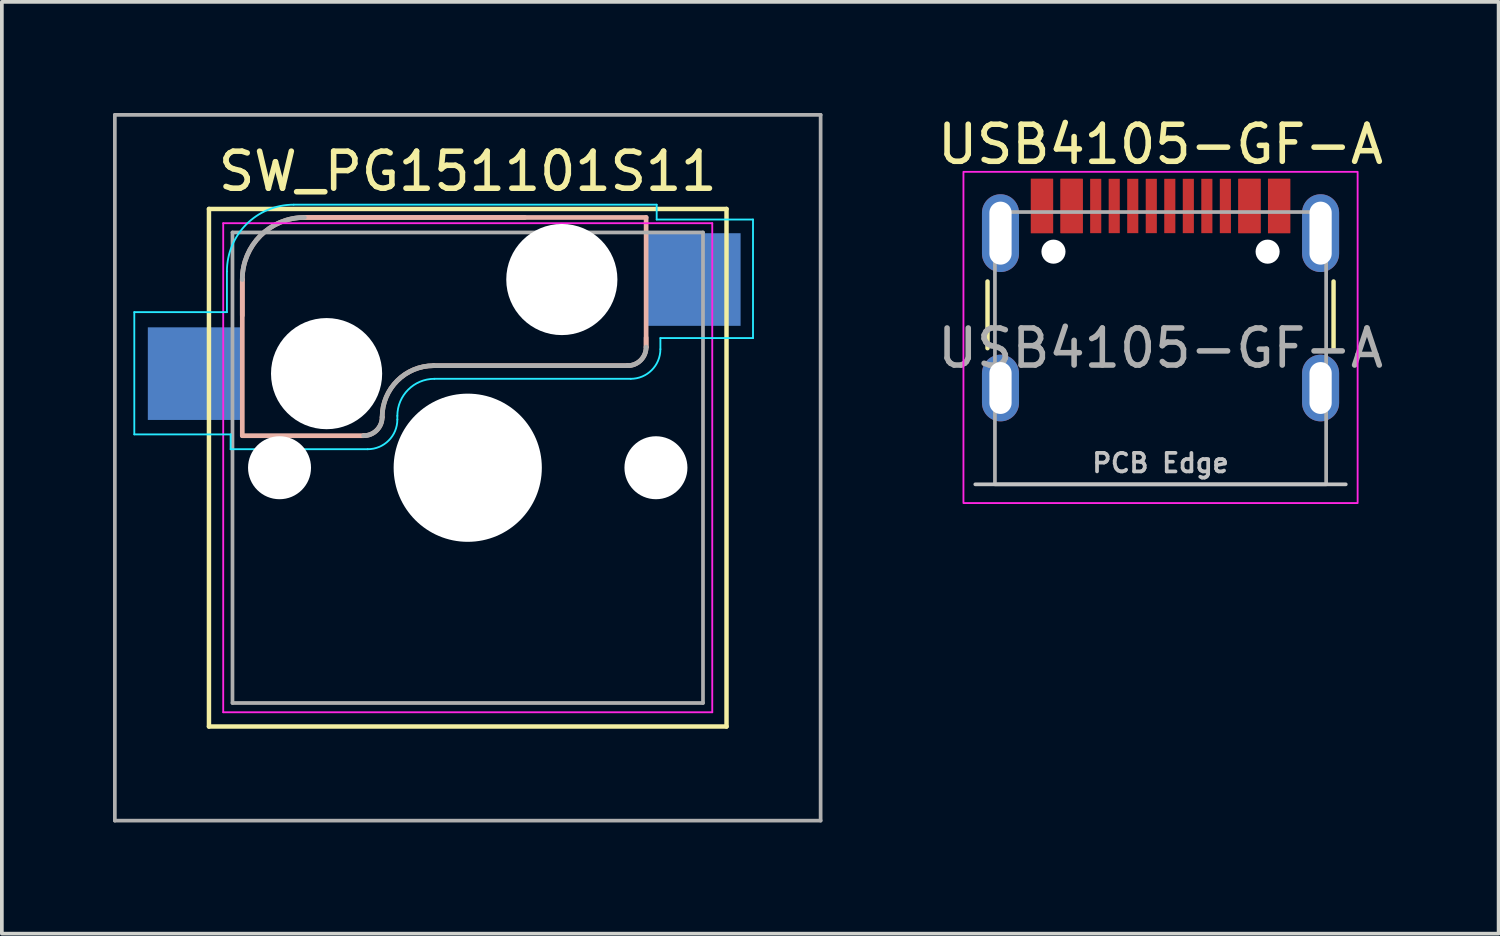
<source format=kicad_pcb>
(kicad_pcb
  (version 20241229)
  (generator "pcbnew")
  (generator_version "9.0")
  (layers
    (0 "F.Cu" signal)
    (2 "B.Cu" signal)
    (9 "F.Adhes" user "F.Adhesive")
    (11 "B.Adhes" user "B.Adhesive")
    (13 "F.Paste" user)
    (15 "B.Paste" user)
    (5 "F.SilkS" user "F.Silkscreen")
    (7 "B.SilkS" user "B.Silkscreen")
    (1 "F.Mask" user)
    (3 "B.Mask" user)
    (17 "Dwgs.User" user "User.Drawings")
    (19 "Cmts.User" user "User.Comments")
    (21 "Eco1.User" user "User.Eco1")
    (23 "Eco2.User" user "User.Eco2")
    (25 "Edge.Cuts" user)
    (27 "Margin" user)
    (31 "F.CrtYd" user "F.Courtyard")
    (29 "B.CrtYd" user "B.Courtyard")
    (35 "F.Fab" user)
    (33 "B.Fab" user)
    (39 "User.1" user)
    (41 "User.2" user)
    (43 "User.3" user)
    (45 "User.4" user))
  (footprint "SW_PG151101S11"
    (layer "F.Cu")
    (at 9.575 9.575)
    (property "Reference" "SW_PG151101S11" (at 0 -8 180) (layer "F.SilkS") (effects (font (size 1 1) (thickness 0.15))))
    (attr smd)
    (fp_line (start -6.985 -6.985) (end 6.985 -6.985) (stroke (width 0.12) (type solid)) (layer "F.SilkS"))
    (fp_line (start -6.985 6.985) (end -6.985 -6.985) (stroke (width 0.12) (type solid)) (layer "F.SilkS"))
    (fp_line (start 6.985 -6.985) (end 6.985 6.985) (stroke (width 0.12) (type solid)) (layer "F.SilkS"))
    (fp_line (start 6.985 6.985) (end -6.985 6.985) (stroke (width 0.12) (type solid)) (layer "F.SilkS"))
    (fp_line (start -6.085 -5.08) (end -6.085 -4.11) (stroke (width 0.127) (type solid)) (layer "B.SilkS"))
    (fp_line (start -6.085 -5.08) (end -6.085 -0.865) (stroke (width 0.127) (type solid)) (layer "B.SilkS"))
    (fp_line (start -6.085 -0.865) (end -2.81 -0.865) (stroke (width 0.127) (type solid)) (layer "B.SilkS"))
    (fp_line (start -0.92 -2.755) (end 4.315 -2.755) (stroke (width 0.127) (type solid)) (layer "B.SilkS"))
    (fp_line (start 1.54 -6.755) (end -4.41 -6.755) (stroke (width 0.127) (type solid)) (layer "B.SilkS"))
    (fp_line (start 4.815 -6.755) (end -4.41 -6.755) (stroke (width 0.127) (type solid)) (layer "B.SilkS"))
    (fp_line (start 4.815 -3.255) (end 4.815 -6.755) (stroke (width 0.127) (type solid)) (layer "B.SilkS"))
    (fp_line (start 4.815 -3.255) (end 4.815 -3.51) (stroke (width 0.127) (type solid)) (layer "B.SilkS"))
    (fp_arc (start -6.085 -5.08) (mid -5.594404 -6.264404) (end -4.41 -6.755) (stroke (width 0.127) (type solid)) (layer "B.SilkS"))
    (fp_arc (start -2.31 -1.365) (mid -2.456447 -1.011447) (end -2.81 -0.865) (stroke (width 0.127) (type solid)) (layer "B.SilkS"))
    (fp_arc (start -2.31 -1.365) (mid -1.902878 -2.347878) (end -0.92 -2.755) (stroke (width 0.127) (type solid)) (layer "B.SilkS"))
    (fp_arc (start 4.815 -3.255) (mid 4.668553 -2.901447) (end 4.315 -2.755) (stroke (width 0.127) (type solid)) (layer "B.SilkS"))
    (fp_line (start -9 -4.2) (end -6.5 -4.2) (stroke (width 0.05) (type solid)) (layer "B.CrtYd"))
    (fp_line (start -9 -0.9) (end -9 -4.2) (stroke (width 0.05) (type solid)) (layer "B.CrtYd"))
    (fp_line (start -9 -0.9) (end -6.4 -0.9) (stroke (width 0.05) (type solid)) (layer "B.CrtYd"))
    (fp_line (start -6.5 -5.3) (end -6.5 -4.2) (stroke (width 0.05) (type solid)) (layer "B.CrtYd"))
    (fp_line (start -6.4 -0.5) (end -6.4 -0.9) (stroke (width 0.05) (type solid)) (layer "B.CrtYd"))
    (fp_line (start -2.7 -0.5) (end -6.4 -0.5) (stroke (width 0.05) (type solid)) (layer "B.CrtYd"))
    (fp_line (start -1.9 -1.4) (end -1.9 -1.3) (stroke (width 0.05) (type default)) (layer "B.CrtYd"))
    (fp_line (start 4.4 -2.4) (end -0.9 -2.4) (stroke (width 0.05) (type solid)) (layer "B.CrtYd"))
    (fp_line (start 5.1 -7.1) (end -4.7 -7.1) (stroke (width 0.05) (type solid)) (layer "B.CrtYd"))
    (fp_line (start 5.1 -7.1) (end 5.1 -6.7) (stroke (width 0.05) (type solid)) (layer "B.CrtYd"))
    (fp_line (start 5.1 -6.7) (end 7.7 -6.7) (stroke (width 0.05) (type solid)) (layer "B.CrtYd"))
    (fp_line (start 5.2 -3.2) (end 5.2 -3.5) (stroke (width 0.05) (type solid)) (layer "B.CrtYd"))
    (fp_line (start 7.7 -6.7) (end 7.7 -3.5) (stroke (width 0.05) (type solid)) (layer "B.CrtYd"))
    (fp_line (start 7.7 -3.5) (end 5.2 -3.5) (stroke (width 0.05) (type solid)) (layer "B.CrtYd"))
    (fp_arc (start -6.5 -5.3) (mid -5.972792 -6.572792) (end -4.7 -7.1) (stroke (width 0.05) (type default)) (layer "B.CrtYd"))
    (fp_arc (start -1.9 -1.4) (mid -1.607107 -2.107107) (end -0.9 -2.4) (stroke (width 0.05) (type default)) (layer "B.CrtYd"))
    (fp_arc (start -1.9 -1.3) (mid -2.134315 -0.734315) (end -2.7 -0.5) (stroke (width 0.05) (type default)) (layer "B.CrtYd"))
    (fp_arc (start 5.2 -3.2) (mid 4.965685 -2.634315) (end 4.4 -2.4) (stroke (width 0.05) (type default)) (layer "B.CrtYd"))
    (fp_line (start -6.6 -6.6) (end 6.6 -6.6) (stroke (width 0.05) (type solid)) (layer "F.CrtYd"))
    (fp_line (start -6.6 6.6) (end -6.6 -6.6) (stroke (width 0.05) (type solid)) (layer "F.CrtYd"))
    (fp_line (start 6.6 -6.6) (end 6.6 6.6) (stroke (width 0.05) (type solid)) (layer "F.CrtYd"))
    (fp_line (start 6.6 6.6) (end -6.6 6.6) (stroke (width 0.05) (type solid)) (layer "F.CrtYd"))
    (fp_line (start -9.525 -9.525) (end 9.525 -9.525) (stroke (width 0.1) (type default)) (layer "F.Fab"))
    (fp_line (start -9.525 9.525) (end -9.525 -9.525) (stroke (width 0.1) (type default)) (layer "F.Fab"))
    (fp_line (start -9.525 9.525) (end 9.525 9.525) (stroke (width 0.1) (type default)) (layer "F.Fab"))
    (fp_line (start -6.35 -6.35) (end 6.35 -6.35) (stroke (width 0.1) (type solid)) (layer "F.Fab"))
    (fp_line (start -6.35 6.35) (end -6.35 -6.35) (stroke (width 0.1) (type solid)) (layer "F.Fab"))
    (fp_line (start -0.92 -2.755) (end 4.315 -2.755) (stroke (width 0.127) (type solid)) (layer "F.Fab"))
    (fp_line (start 6.35 -6.35) (end 6.35 6.35) (stroke (width 0.1) (type solid)) (layer "F.Fab"))
    (fp_line (start 6.35 6.35) (end -6.35 6.35) (stroke (width 0.1) (type solid)) (layer "F.Fab"))
    (fp_line (start 9.525 9.525) (end 9.525 -9.525) (stroke (width 0.1) (type default)) (layer "F.Fab"))
    (fp_arc (start -6.085 -5.08) (mid -5.594404 -6.264404) (end -4.41 -6.755) (stroke (width 0.127) (type solid)) (layer "F.Fab"))
    (fp_arc (start -2.31 -1.365) (mid -2.456447 -1.011447) (end -2.81 -0.865) (stroke (width 0.127) (type solid)) (layer "F.Fab"))
    (fp_arc (start -2.31 -1.365) (mid -1.902878 -2.347878) (end -0.92 -2.755) (stroke (width 0.127) (type solid)) (layer "F.Fab"))
    (fp_arc (start 4.815 -3.255) (mid 4.668553 -2.901447) (end 4.315 -2.755) (stroke (width 0.127) (type solid)) (layer "F.Fab"))
    (pad "" np_thru_hole circle (at -5.08 0) (size 1.7 1.7) (drill 1.7) (layers "*.Cu" "*.Mask"))
    (pad "" np_thru_hole circle (at -3.81 -2.54 180) (size 3 3) (drill 3) (layers "*.Cu" "*.Mask"))
    (pad "" np_thru_hole circle (at 0 0) (size 4 4) (drill 4) (layers "*.Cu" "*.Mask"))
    (pad "" np_thru_hole circle (at 2.54 -5.08 180) (size 3 3) (drill 3) (layers "*.Cu" "*.Mask"))
    (pad "" np_thru_hole circle (at 5.08 0) (size 1.7 1.7) (drill 1.7) (layers "*.Cu" "*.Mask"))
    (pad "1" smd rect (at -7.36 -2.54 180) (size 2.55 2.5) (layers "B.Cu" "B.Mask" "B.Paste"))
    (pad "2" smd rect (at 6.09 -5.08 180) (size 2.55 2.5) (layers "B.Cu" "B.Mask" "B.Paste")))
  (footprint "USB4105-GF-A"
    (layer "F.Cu")
    (at 28.275 6.348)
    (property "Reference" "USB4105-GF-A" (at 0 -5.5 0) (unlocked yes) (layer "F.SilkS") (effects (font (size 1 1) (thickness 0.15))))
    (attr smd)
    (fp_line (start -4.67 0) (end -4.67 -1.8) (stroke (width 0.12) (type solid)) (layer "F.SilkS"))
    (fp_line (start 4.67 0) (end 4.67 -1.8) (stroke (width 0.12) (type solid)) (layer "F.SilkS"))
    (fp_line (start 5 3.675) (end -5 3.675) (stroke (width 0.1) (type solid)) (layer "Dwgs.User"))
    (fp_rect (start -5.32 -4.76) (end 5.32 4.18) (stroke (width 0.05) (type solid)) (fill no) (layer "F.CrtYd"))
    (fp_rect (start -4.47 -3.675) (end 4.47 3.675) (stroke (width 0.1) (type solid)) (fill no) (layer "F.Fab"))
    (fp_text user "PCB Edge" (at 0 3.1 0) (unlocked yes) (layer "Dwgs.User") (effects (font (size 0.5 0.5) (thickness 0.1))))
    (fp_text user "${REFERENCE}" (at 0 0 0) (unlocked yes) (layer "F.Fab") (effects (font (size 1 1) (thickness 0.15))))
    (pad "" np_thru_hole circle (at -2.89 -2.605) (size 0.65 0.65) (drill 0.65) (layers "*.Cu" "*.Mask"))
    (pad "" np_thru_hole circle (at 2.89 -2.605) (size 0.65 0.65) (drill 0.65) (layers "*.Cu" "*.Mask"))
    (pad "A1" smd rect (at -3.2 -3.838) (size 0.6 1.467) (layers "F.Cu" "F.Mask" "F.Paste"))
    (pad "A4" smd rect (at -2.4 -3.838) (size 0.6 1.467) (layers "F.Cu" "F.Mask" "F.Paste"))
    (pad "A5" smd rect (at -1.25 -3.838) (size 0.3 1.467) (layers "F.Cu" "F.Mask" "F.Paste"))
    (pad "A6" smd rect (at -0.25 -3.838) (size 0.3 1.467) (layers "F.Cu" "F.Mask" "F.Paste"))
    (pad "A7" smd rect (at 0.25 -3.838) (size 0.3 1.467) (layers "F.Cu" "F.Mask" "F.Paste"))
    (pad "A8" smd rect (at 1.25 -3.838) (size 0.3 1.467) (layers "F.Cu" "F.Mask" "F.Paste"))
    (pad "A9" smd rect (at 2.4 -3.838) (size 0.6 1.467) (layers "F.Cu" "F.Mask" "F.Paste"))
    (pad "A12" smd rect (at 3.2 -3.838) (size 0.6 1.467) (layers "F.Cu" "F.Mask" "F.Paste"))
    (pad "B1" smd rect (at 3.2 -3.838) (size 0.6 1.467) (layers "F.Cu" "F.Mask" "F.Paste"))
    (pad "B4" smd rect (at 2.4 -3.838) (size 0.6 1.467) (layers "F.Cu" "F.Mask" "F.Paste"))
    (pad "B5" smd rect (at 1.75 -3.838) (size 0.3 1.467) (layers "F.Cu" "F.Mask" "F.Paste"))
    (pad "B6" smd rect (at 0.75 -3.838) (size 0.3 1.467) (layers "F.Cu" "F.Mask" "F.Paste"))
    (pad "B7" smd rect (at -0.75 -3.838) (size 0.3 1.467) (layers "F.Cu" "F.Mask" "F.Paste"))
    (pad "B8" smd rect (at -1.75 -3.838) (size 0.3 1.467) (layers "F.Cu" "F.Mask" "F.Paste"))
    (pad "B9" smd rect (at -2.4 -3.838) (size 0.6 1.467) (layers "F.Cu" "F.Mask" "F.Paste"))
    (pad "B12" smd rect (at -3.2 -3.838) (size 0.6 1.467) (layers "F.Cu" "F.Mask" "F.Paste"))
    (pad "S1" thru_hole oval (at -4.32 -3.105) (size 1 2.1) (drill oval 0.6 1.7) (layers "*.Cu" "*.Mask" "F.Paste"))
    (pad "S1" thru_hole oval (at -4.32 1.075) (size 1 1.8) (drill oval 0.6 1.4) (layers "*.Cu" "*.Mask" "F.Paste"))
    (pad "S1" thru_hole oval (at 4.32 -3.105) (size 1 2.1) (drill oval 0.6 1.7) (layers "*.Cu" "*.Mask" "F.Paste"))
    (pad "S1" thru_hole oval (at 4.32 1.075) (size 1 1.8) (drill oval 0.6 1.4) (layers "*.Cu" "*.Mask" "F.Paste")))
  (gr_rect
    (start -3 -3)
    (end 37.4 22.15)
    (stroke (width 0.1) (type default))
    (fill no)
    (layer "Edge.Cuts")))
</source>
